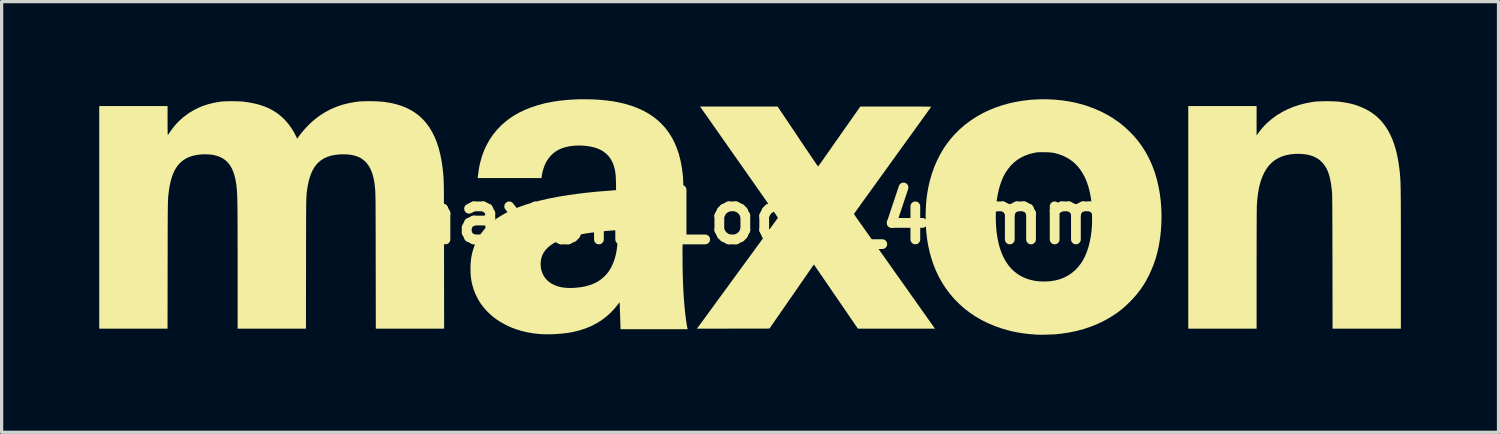
<source format=kicad_pcb>
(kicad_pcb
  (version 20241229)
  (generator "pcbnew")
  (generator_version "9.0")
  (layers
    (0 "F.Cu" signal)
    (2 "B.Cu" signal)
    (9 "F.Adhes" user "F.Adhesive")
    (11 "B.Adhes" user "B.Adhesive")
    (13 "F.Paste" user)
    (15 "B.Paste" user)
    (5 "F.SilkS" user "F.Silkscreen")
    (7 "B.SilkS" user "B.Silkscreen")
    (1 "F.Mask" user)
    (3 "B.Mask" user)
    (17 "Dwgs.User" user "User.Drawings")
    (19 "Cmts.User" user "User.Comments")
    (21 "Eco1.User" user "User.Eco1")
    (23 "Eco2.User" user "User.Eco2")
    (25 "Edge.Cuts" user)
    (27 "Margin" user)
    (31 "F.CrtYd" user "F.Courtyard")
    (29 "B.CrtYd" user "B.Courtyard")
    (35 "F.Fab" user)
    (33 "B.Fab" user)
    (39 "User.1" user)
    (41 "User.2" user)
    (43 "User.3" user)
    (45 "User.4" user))
  (footprint "maxon_Logo_40mm"
    (layer "F.Cu")
    (at 20.002 3.619)
    (property "Reference" "maxon_Logo_40mm" (at 0 0 0) (layer "F.SilkS") (effects (font (size 1.524 1.524) (thickness 0.3))))
    (attr board_only exclude_from_pos_files exclude_from_bom)
    (fp_poly (pts (xy 17.771 -3.558) (xy 17.853 -3.557) (xy 17.931 -3.555) (xy 18.003 -3.551) (xy 18.065 -3.547) (xy 18.109 -3.543) (xy 18.184 -3.533) (xy 18.262 -3.521) (xy 18.339 -3.508) (xy 18.41 -3.494) (xy 18.471 -3.481) (xy 18.485 -3.477) (xy 18.599 -3.445) (xy 18.715 -3.404) (xy 18.829 -3.357) (xy 18.938 -3.305) (xy 19.037 -3.25) (xy 19.093 -3.215) (xy 19.212 -3.128) (xy 19.322 -3.03) (xy 19.423 -2.922) (xy 19.516 -2.803) (xy 19.6 -2.673) (xy 19.676 -2.532) (xy 19.744 -2.38) (xy 19.803 -2.216) (xy 19.855 -2.04) (xy 19.898 -1.852) (xy 19.934 -1.651) (xy 19.962 -1.438) (xy 19.976 -1.299) (xy 19.978 -1.268) (xy 19.981 -1.237) (xy 19.983 -1.205) (xy 19.985 -1.172) (xy 19.987 -1.137) (xy 19.989 -1.1) (xy 19.99 -1.061) (xy 19.992 -1.017) (xy 19.993 -0.97) (xy 19.994 -0.918) (xy 19.996 -0.861) (xy 19.997 -0.798) (xy 19.997 -0.729) (xy 19.998 -0.653) (xy 19.999 -0.569) (xy 20 -0.478) (xy 20 -0.378) (xy 20.001 -0.269) (xy 20.001 -0.15) (xy 20.001 -0.021) (xy 20.002 0.119) (xy 20.002 0.271) (xy 20.002 0.434) (xy 20.002 0.61) (xy 20.002 0.799) (xy 20.002 1.002) (xy 20.002 1.219) (xy 20.002 1.316) (xy 20.002 3.433) (xy 17.903 3.433) (xy 17.9 1.398) (xy 17.899 1.166) (xy 17.899 0.948) (xy 17.898 0.744) (xy 17.898 0.555) (xy 17.898 0.38) (xy 17.897 0.218) (xy 17.896 0.07) (xy 17.896 -0.064) (xy 17.895 -0.186) (xy 17.895 -0.295) (xy 17.894 -0.391) (xy 17.893 -0.476) (xy 17.892 -0.548) (xy 17.892 -0.608) (xy 17.891 -0.657) (xy 17.89 -0.695) (xy 17.889 -0.722) (xy 17.888 -0.738) (xy 17.874 -0.883) (xy 17.856 -1.015) (xy 17.835 -1.133) (xy 17.811 -1.241) (xy 17.782 -1.337) (xy 17.749 -1.424) (xy 17.711 -1.502) (xy 17.667 -1.573) (xy 17.619 -1.637) (xy 17.579 -1.681) (xy 17.524 -1.734) (xy 17.47 -1.777) (xy 17.411 -1.813) (xy 17.36 -1.84) (xy 17.279 -1.874) (xy 17.194 -1.901) (xy 17.103 -1.92) (xy 17.003 -1.933) (xy 16.901 -1.94) (xy 16.755 -1.94) (xy 16.618 -1.927) (xy 16.488 -1.903) (xy 16.367 -1.868) (xy 16.255 -1.82) (xy 16.151 -1.762) (xy 16.057 -1.692) (xy 15.973 -1.611) (xy 15.926 -1.555) (xy 15.86 -1.462) (xy 15.802 -1.362) (xy 15.751 -1.254) (xy 15.706 -1.136) (xy 15.669 -1.009) (xy 15.637 -0.871) (xy 15.611 -0.722) (xy 15.592 -0.56) (xy 15.578 -0.385) (xy 15.576 -0.354) (xy 15.575 -0.332) (xy 15.574 -0.295) (xy 15.574 -0.245) (xy 15.573 -0.181) (xy 15.572 -0.103) (xy 15.572 -0.013) (xy 15.571 0.09) (xy 15.571 0.204) (xy 15.57 0.33) (xy 15.57 0.466) (xy 15.569 0.613) (xy 15.569 0.77) (xy 15.569 0.936) (xy 15.569 1.112) (xy 15.568 1.296) (xy 15.568 1.488) (xy 15.568 1.605) (xy 15.568 3.433) (xy 13.468 3.433) (xy 13.468 -3.41) (xy 15.568 -3.41) (xy 15.568 -2.504) (xy 15.613 -2.569) (xy 15.7 -2.685) (xy 15.8 -2.799) (xy 15.911 -2.908) (xy 16.032 -3.011) (xy 16.16 -3.106) (xy 16.204 -3.136) (xy 16.367 -3.233) (xy 16.535 -3.318) (xy 16.711 -3.39) (xy 16.895 -3.45) (xy 17.087 -3.498) (xy 17.287 -3.535) (xy 17.349 -3.543) (xy 17.397 -3.548) (xy 17.458 -3.552) (xy 17.529 -3.555) (xy 17.606 -3.557) (xy 17.688 -3.558)) (stroke (width 0) (type solid)) (fill yes) (layer "F.SilkS"))
    (fp_poly (pts (xy 9.352 -3.607) (xy 9.592 -3.584) (xy 9.827 -3.548) (xy 10.057 -3.499) (xy 10.281 -3.437) (xy 10.356 -3.414) (xy 10.572 -3.335) (xy 10.778 -3.245) (xy 10.975 -3.144) (xy 11.162 -3.031) (xy 11.339 -2.908) (xy 11.506 -2.774) (xy 11.645 -2.646) (xy 11.788 -2.499) (xy 11.917 -2.347) (xy 12.034 -2.189) (xy 12.141 -2.024) (xy 12.237 -1.85) (xy 12.325 -1.665) (xy 12.379 -1.535) (xy 12.448 -1.342) (xy 12.507 -1.139) (xy 12.556 -0.928) (xy 12.595 -0.709) (xy 12.623 -0.485) (xy 12.64 -0.257) (xy 12.646 -0.025) (xy 12.641 0.201) (xy 12.626 0.433) (xy 12.601 0.654) (xy 12.567 0.865) (xy 12.523 1.068) (xy 12.47 1.264) (xy 12.405 1.454) (xy 12.33 1.64) (xy 12.248 1.815) (xy 12.166 1.97) (xy 12.078 2.114) (xy 11.984 2.25) (xy 11.881 2.382) (xy 11.766 2.512) (xy 11.669 2.613) (xy 11.538 2.738) (xy 11.406 2.851) (xy 11.271 2.953) (xy 11.129 3.048) (xy 10.978 3.137) (xy 10.874 3.193) (xy 10.674 3.289) (xy 10.469 3.372) (xy 10.259 3.442) (xy 10.041 3.501) (xy 9.816 3.548) (xy 9.583 3.584) (xy 9.41 3.603) (xy 9.37 3.606) (xy 9.318 3.609) (xy 9.259 3.611) (xy 9.194 3.613) (xy 9.126 3.615) (xy 9.059 3.617) (xy 8.994 3.618) (xy 8.934 3.618) (xy 8.883 3.618) (xy 8.843 3.617) (xy 8.827 3.617) (xy 8.681 3.606) (xy 8.547 3.594) (xy 8.422 3.58) (xy 8.303 3.562) (xy 8.187 3.542) (xy 8.072 3.518) (xy 7.981 3.496) (xy 7.756 3.434) (xy 7.54 3.359) (xy 7.332 3.273) (xy 7.133 3.176) (xy 6.943 3.067) (xy 6.763 2.947) (xy 6.593 2.817) (xy 6.433 2.676) (xy 6.283 2.525) (xy 6.145 2.365) (xy 6.017 2.194) (xy 5.901 2.015) (xy 5.796 1.826) (xy 5.703 1.629) (xy 5.623 1.423) (xy 5.575 1.276) (xy 5.521 1.083) (xy 5.477 0.888) (xy 5.443 0.69) (xy 5.419 0.487) (xy 5.403 0.275) (xy 5.397 0.062) (xy 7.552 0.062) (xy 7.559 0.246) (xy 7.575 0.442) (xy 7.601 0.628) (xy 7.636 0.801) (xy 7.68 0.963) (xy 7.734 1.114) (xy 7.796 1.252) (xy 7.868 1.379) (xy 7.948 1.494) (xy 8.038 1.597) (xy 8.137 1.689) (xy 8.244 1.768) (xy 8.361 1.835) (xy 8.486 1.89) (xy 8.621 1.933) (xy 8.654 1.941) (xy 8.781 1.966) (xy 8.916 1.98) (xy 9.056 1.983) (xy 9.198 1.976) (xy 9.245 1.971) (xy 9.388 1.948) (xy 9.523 1.912) (xy 9.651 1.862) (xy 9.772 1.8) (xy 9.884 1.725) (xy 9.988 1.638) (xy 10.083 1.539) (xy 10.169 1.427) (xy 10.228 1.335) (xy 10.293 1.211) (xy 10.35 1.075) (xy 10.399 0.927) (xy 10.44 0.769) (xy 10.472 0.6) (xy 10.496 0.42) (xy 10.511 0.232) (xy 10.517 0.035) (xy 10.517 -0.004) (xy 10.512 -0.212) (xy 10.498 -0.41) (xy 10.474 -0.596) (xy 10.441 -0.771) (xy 10.398 -0.935) (xy 10.346 -1.087) (xy 10.285 -1.229) (xy 10.214 -1.358) (xy 10.135 -1.476) (xy 10.046 -1.583) (xy 9.948 -1.677) (xy 9.841 -1.76) (xy 9.724 -1.831) (xy 9.599 -1.89) (xy 9.465 -1.937) (xy 9.459 -1.938) (xy 9.401 -1.954) (xy 9.347 -1.967) (xy 9.294 -1.976) (xy 9.239 -1.983) (xy 9.18 -1.988) (xy 9.112 -1.99) (xy 9.033 -1.991) (xy 9.015 -1.991) (xy 8.954 -1.991) (xy 8.906 -1.99) (xy 8.868 -1.989) (xy 8.836 -1.988) (xy 8.809 -1.985) (xy 8.784 -1.982) (xy 8.758 -1.977) (xy 8.728 -1.971) (xy 8.723 -1.97) (xy 8.58 -1.933) (xy 8.448 -1.885) (xy 8.325 -1.826) (xy 8.212 -1.755) (xy 8.108 -1.673) (xy 8.013 -1.578) (xy 7.926 -1.471) (xy 7.857 -1.37) (xy 7.792 -1.252) (xy 7.734 -1.121) (xy 7.684 -0.979) (xy 7.641 -0.826) (xy 7.607 -0.664) (xy 7.58 -0.494) (xy 7.562 -0.315) (xy 7.553 -0.129) (xy 7.552 0.062) (xy 5.397 0.062) (xy 5.397 0.054) (xy 5.397 -0.011) (xy 5.4 -0.206) (xy 5.409 -0.39) (xy 5.425 -0.565) (xy 5.448 -0.736) (xy 5.478 -0.905) (xy 5.516 -1.075) (xy 5.533 -1.141) (xy 5.593 -1.345) (xy 5.665 -1.545) (xy 5.75 -1.74) (xy 5.845 -1.927) (xy 5.95 -2.105) (xy 6.025 -2.217) (xy 6.154 -2.386) (xy 6.293 -2.546) (xy 6.444 -2.695) (xy 6.605 -2.834) (xy 6.776 -2.963) (xy 6.957 -3.081) (xy 7.147 -3.188) (xy 7.346 -3.283) (xy 7.553 -3.367) (xy 7.769 -3.44) (xy 7.992 -3.5) (xy 8.145 -3.534) (xy 8.383 -3.574) (xy 8.624 -3.602) (xy 8.867 -3.617) (xy 9.11 -3.618)) (stroke (width 0) (type solid)) (fill yes) (layer "F.SilkS"))
    (fp_poly (pts (xy 4.635 -3.395) (xy 4.775 -3.395) (xy 4.902 -3.395) (xy 5.015 -3.395) (xy 5.116 -3.395) (xy 5.204 -3.394) (xy 5.282 -3.394) (xy 5.348 -3.393) (xy 5.404 -3.393) (xy 5.451 -3.392) (xy 5.489 -3.391) (xy 5.519 -3.391) (xy 5.541 -3.39) (xy 5.555 -3.388) (xy 5.564 -3.387) (xy 5.566 -3.386) (xy 5.566 -3.386) (xy 5.561 -3.379) (xy 5.548 -3.36) (xy 5.527 -3.331) (xy 5.498 -3.29) (xy 5.461 -3.24) (xy 5.418 -3.179) (xy 5.368 -3.11) (xy 5.311 -3.032) (xy 5.249 -2.945) (xy 5.181 -2.851) (xy 5.108 -2.75) (xy 5.03 -2.642) (xy 4.948 -2.528) (xy 4.862 -2.408) (xy 4.771 -2.283) (xy 4.678 -2.154) (xy 4.581 -2.02) (xy 4.482 -1.883) (xy 4.381 -1.743) (xy 4.28 -1.602) (xy 4.181 -1.465) (xy 4.084 -1.331) (xy 3.991 -1.202) (xy 3.901 -1.077) (xy 3.814 -0.957) (xy 3.732 -0.843) (xy 3.654 -0.735) (xy 3.581 -0.634) (xy 3.513 -0.54) (xy 3.451 -0.454) (xy 3.395 -0.375) (xy 3.345 -0.306) (xy 3.301 -0.246) (xy 3.265 -0.195) (xy 3.236 -0.155) (xy 3.215 -0.125) (xy 3.201 -0.106) (xy 3.196 -0.1) (xy 3.199 -0.09) (xy 3.21 -0.069) (xy 3.229 -0.038) (xy 3.256 0.002) (xy 3.269 0.021) (xy 3.282 0.04) (xy 3.304 0.071) (xy 3.333 0.112) (xy 3.369 0.163) (xy 3.412 0.223) (xy 3.461 0.292) (xy 3.515 0.368) (xy 3.574 0.452) (xy 3.637 0.541) (xy 3.703 0.635) (xy 3.773 0.734) (xy 3.846 0.836) (xy 3.92 0.941) (xy 3.996 1.049) (xy 3.997 1.05) (xy 4.083 1.171) (xy 4.173 1.298) (xy 4.266 1.43) (xy 4.362 1.565) (xy 4.458 1.702) (xy 4.555 1.839) (xy 4.651 1.974) (xy 4.745 2.106) (xy 4.836 2.234) (xy 4.922 2.356) (xy 5.002 2.47) (xy 5.077 2.575) (xy 5.14 2.665) (xy 5.206 2.757) (xy 5.269 2.846) (xy 5.329 2.932) (xy 5.387 3.013) (xy 5.44 3.088) (xy 5.489 3.158) (xy 5.533 3.22) (xy 5.572 3.274) (xy 5.604 3.319) (xy 5.629 3.355) (xy 5.647 3.381) (xy 5.658 3.395) (xy 5.659 3.397) (xy 5.685 3.433) (xy 3.315 3.433) (xy 2.639 2.446) (xy 1.963 1.46) (xy 1.944 1.486) (xy 1.938 1.495) (xy 1.923 1.516) (xy 1.901 1.548) (xy 1.872 1.59) (xy 1.836 1.642) (xy 1.794 1.702) (xy 1.746 1.771) (xy 1.693 1.848) (xy 1.635 1.931) (xy 1.573 2.02) (xy 1.508 2.115) (xy 1.439 2.215) (xy 1.367 2.319) (xy 1.293 2.426) (xy 1.261 2.471) (xy 0.597 3.429) (xy -0.518 3.431) (xy -1.634 3.433) (xy -1.582 3.363) (xy -1.562 3.337) (xy -1.535 3.299) (xy -1.5 3.252) (xy -1.459 3.196) (xy -1.411 3.131) (xy -1.358 3.058) (xy -1.299 2.977) (xy -1.235 2.889) (xy -1.166 2.796) (xy -1.093 2.696) (xy -1.017 2.591) (xy -0.937 2.482) (xy -0.854 2.369) (xy -0.769 2.253) (xy -0.682 2.134) (xy -0.594 2.013) (xy -0.504 1.89) (xy -0.414 1.767) (xy -0.324 1.643) (xy -0.233 1.519) (xy -0.144 1.397) (xy -0.055 1.276) (xy 0.032 1.157) (xy 0.117 1.04) (xy 0.199 0.927) (xy 0.279 0.818) (xy 0.355 0.713) (xy 0.428 0.614) (xy 0.496 0.52) (xy 0.56 0.432) (xy 0.619 0.352) (xy 0.672 0.278) (xy 0.72 0.213) (xy 0.761 0.157) (xy 0.795 0.11) (xy 0.822 0.072) (xy 0.842 0.046) (xy 0.853 0.03) (xy 0.856 0.026) (xy 0.852 0.018) (xy 0.84 -0.001) (xy 0.822 -0.03) (xy 0.796 -0.068) (xy 0.765 -0.114) (xy 0.728 -0.168) (xy 0.687 -0.228) (xy 0.642 -0.293) (xy 0.594 -0.361) (xy 0.566 -0.4) (xy 0.543 -0.433) (xy 0.513 -0.477) (xy 0.475 -0.53) (xy 0.431 -0.593) (xy 0.38 -0.665) (xy 0.324 -0.745) (xy 0.263 -0.832) (xy 0.197 -0.925) (xy 0.128 -1.025) (xy 0.054 -1.13) (xy -0.023 -1.239) (xy -0.102 -1.352) (xy -0.183 -1.468) (xy -0.266 -1.586) (xy -0.351 -1.706) (xy -0.436 -1.827) (xy -0.521 -1.948) (xy -0.606 -2.069) (xy -0.69 -2.189) (xy -0.773 -2.307) (xy -0.854 -2.422) (xy -0.932 -2.534) (xy -1.008 -2.643) (xy -1.081 -2.746) (xy -1.15 -2.844) (xy -1.215 -2.937) (xy -1.275 -3.022) (xy -1.33 -3.1) (xy -1.379 -3.171) (xy -1.422 -3.232) (xy -1.458 -3.283) (xy -1.487 -3.325) (xy -1.509 -3.355) (xy -1.522 -3.374) (xy -1.522 -3.374) (xy -1.537 -3.395) (xy -0.345 -3.395) (xy 0.847 -3.395) (xy 1.465 -2.475) (xy 1.536 -2.368) (xy 1.605 -2.266) (xy 1.671 -2.167) (xy 1.735 -2.073) (xy 1.794 -1.985) (xy 1.85 -1.903) (xy 1.901 -1.828) (xy 1.946 -1.761) (xy 1.987 -1.702) (xy 2.021 -1.651) (xy 2.049 -1.611) (xy 2.07 -1.581) (xy 2.084 -1.562) (xy 2.089 -1.555) (xy 2.089 -1.555) (xy 2.095 -1.56) (xy 2.109 -1.577) (xy 2.129 -1.603) (xy 2.154 -1.638) (xy 2.183 -1.678) (xy 2.215 -1.723) (xy 2.229 -1.743) (xy 2.251 -1.774) (xy 2.28 -1.817) (xy 2.318 -1.869) (xy 2.361 -1.931) (xy 2.41 -2.001) (xy 2.465 -2.079) (xy 2.523 -2.162) (xy 2.585 -2.25) (xy 2.65 -2.343) (xy 2.717 -2.438) (xy 2.785 -2.536) (xy 2.854 -2.634) (xy 2.875 -2.663) (xy 3.389 -3.395) (xy 4.48 -3.395)) (stroke (width 0) (type solid)) (fill yes) (layer "F.SilkS"))
    (fp_poly (pts (xy -4.811 -3.613) (xy -4.6 -3.6) (xy -4.396 -3.58) (xy -4.2 -3.553) (xy -4.037 -3.522) (xy -3.832 -3.474) (xy -3.638 -3.416) (xy -3.456 -3.347) (xy -3.286 -3.27) (xy -3.126 -3.182) (xy -2.978 -3.084) (xy -2.841 -2.976) (xy -2.715 -2.858) (xy -2.6 -2.73) (xy -2.496 -2.592) (xy -2.403 -2.443) (xy -2.321 -2.284) (xy -2.25 -2.115) (xy -2.189 -1.935) (xy -2.139 -1.744) (xy -2.1 -1.543) (xy -2.071 -1.331) (xy -2.066 -1.284) (xy -2.063 -1.243) (xy -2.06 -1.202) (xy -2.057 -1.158) (xy -2.055 -1.111) (xy -2.053 -1.06) (xy -2.052 -1.004) (xy -2.051 -0.942) (xy -2.05 -0.873) (xy -2.05 -0.796) (xy -2.051 -0.71) (xy -2.052 -0.615) (xy -2.053 -0.51) (xy -2.055 -0.392) (xy -2.057 -0.263) (xy -2.06 -0.12) (xy -2.063 0.03) (xy -2.067 0.269) (xy -2.071 0.493) (xy -2.073 0.705) (xy -2.075 0.905) (xy -2.076 1.094) (xy -2.075 1.272) (xy -2.074 1.442) (xy -2.072 1.604) (xy -2.069 1.759) (xy -2.064 1.908) (xy -2.059 2.052) (xy -2.053 2.192) (xy -2.045 2.329) (xy -2.037 2.464) (xy -2.027 2.599) (xy -2.021 2.672) (xy -2.014 2.755) (xy -2.005 2.841) (xy -1.996 2.929) (xy -1.986 3.016) (xy -1.975 3.101) (xy -1.965 3.181) (xy -1.954 3.255) (xy -1.944 3.321) (xy -1.934 3.376) (xy -1.925 3.419) (xy -1.923 3.427) (xy -1.918 3.448) (xy -3.982 3.448) (xy -3.982 3.398) (xy -3.983 3.381) (xy -3.983 3.352) (xy -3.985 3.311) (xy -3.986 3.261) (xy -3.988 3.204) (xy -3.99 3.141) (xy -3.992 3.075) (xy -3.994 3.008) (xy -3.996 2.94) (xy -3.999 2.875) (xy -4.001 2.815) (xy -4.003 2.76) (xy -4.004 2.714) (xy -4.006 2.678) (xy -4.007 2.654) (xy -4.007 2.65) (xy -4.009 2.617) (xy -4.053 2.677) (xy -4.168 2.819) (xy -4.292 2.949) (xy -4.425 3.067) (xy -4.566 3.174) (xy -4.717 3.268) (xy -4.876 3.35) (xy -5.045 3.421) (xy -5.224 3.48) (xy -5.411 3.527) (xy -5.544 3.553) (xy -5.67 3.571) (xy -5.804 3.586) (xy -5.944 3.596) (xy -6.084 3.603) (xy -6.222 3.605) (xy -6.353 3.603) (xy -6.455 3.598) (xy -6.651 3.577) (xy -6.841 3.545) (xy -7.023 3.502) (xy -7.198 3.448) (xy -7.365 3.384) (xy -7.524 3.309) (xy -7.673 3.225) (xy -7.814 3.132) (xy -7.944 3.029) (xy -8.064 2.918) (xy -8.173 2.798) (xy -8.271 2.67) (xy -8.356 2.534) (xy -8.429 2.391) (xy -8.49 2.241) (xy -8.498 2.216) (xy -8.534 2.096) (xy -8.561 1.978) (xy -8.579 1.857) (xy -8.589 1.729) (xy -8.592 1.603) (xy -8.59 1.482) (xy -8.588 1.443) (xy -6.436 1.443) (xy -6.43 1.549) (xy -6.41 1.649) (xy -6.376 1.742) (xy -6.33 1.828) (xy -6.272 1.906) (xy -6.201 1.976) (xy -6.119 2.036) (xy -6.074 2.062) (xy -5.984 2.105) (xy -5.887 2.138) (xy -5.784 2.162) (xy -5.672 2.176) (xy -5.55 2.182) (xy -5.417 2.179) (xy -5.364 2.175) (xy -5.208 2.158) (xy -5.063 2.132) (xy -4.929 2.095) (xy -4.806 2.048) (xy -4.693 1.991) (xy -4.589 1.923) (xy -4.495 1.845) (xy -4.468 1.818) (xy -4.397 1.742) (xy -4.337 1.662) (xy -4.283 1.576) (xy -4.25 1.512) (xy -4.199 1.396) (xy -4.156 1.273) (xy -4.122 1.141) (xy -4.096 1) (xy -4.078 0.848) (xy -4.068 0.685) (xy -4.065 0.544) (xy -4.065 0.398) (xy -4.09 0.402) (xy -4.106 0.404) (xy -4.134 0.407) (xy -4.17 0.41) (xy -4.21 0.413) (xy -4.227 0.414) (xy -4.393 0.427) (xy -4.559 0.443) (xy -4.724 0.462) (xy -4.884 0.483) (xy -5.038 0.505) (xy -5.182 0.53) (xy -5.314 0.555) (xy -5.34 0.561) (xy -5.507 0.601) (xy -5.66 0.645) (xy -5.799 0.694) (xy -5.924 0.748) (xy -6.035 0.806) (xy -6.132 0.87) (xy -6.215 0.939) (xy -6.285 1.012) (xy -6.342 1.092) (xy -6.385 1.176) (xy -6.415 1.266) (xy -6.432 1.361) (xy -6.436 1.443) (xy -8.588 1.443) (xy -8.583 1.372) (xy -8.571 1.268) (xy -8.553 1.166) (xy -8.528 1.063) (xy -8.521 1.035) (xy -8.473 0.889) (xy -8.412 0.75) (xy -8.34 0.616) (xy -8.254 0.49) (xy -8.157 0.369) (xy -8.046 0.255) (xy -7.922 0.147) (xy -7.785 0.045) (xy -7.635 -0.051) (xy -7.472 -0.141) (xy -7.296 -0.225) (xy -7.106 -0.304) (xy -6.902 -0.377) (xy -6.685 -0.444) (xy -6.454 -0.505) (xy -6.209 -0.562) (xy -6.123 -0.579) (xy -5.855 -0.63) (xy -5.575 -0.675) (xy -5.284 -0.715) (xy -4.981 -0.751) (xy -4.665 -0.782) (xy -4.363 -0.806) (xy -4.305 -0.81) (xy -4.253 -0.814) (xy -4.207 -0.818) (xy -4.17 -0.821) (xy -4.143 -0.823) (xy -4.128 -0.825) (xy -4.126 -0.825) (xy -4.123 -0.828) (xy -4.121 -0.836) (xy -4.119 -0.85) (xy -4.118 -0.872) (xy -4.118 -0.904) (xy -4.118 -0.947) (xy -4.119 -1.002) (xy -4.12 -1.045) (xy -4.123 -1.137) (xy -4.126 -1.216) (xy -4.131 -1.285) (xy -4.137 -1.346) (xy -4.145 -1.4) (xy -4.154 -1.451) (xy -4.159 -1.472) (xy -4.192 -1.589) (xy -4.235 -1.696) (xy -4.288 -1.791) (xy -4.352 -1.876) (xy -4.426 -1.95) (xy -4.511 -2.015) (xy -4.603 -2.068) (xy -4.696 -2.108) (xy -4.8 -2.141) (xy -4.913 -2.166) (xy -5.031 -2.184) (xy -5.154 -2.194) (xy -5.278 -2.197) (xy -5.401 -2.191) (xy -5.521 -2.178) (xy -5.635 -2.156) (xy -5.741 -2.127) (xy -5.742 -2.127) (xy -5.853 -2.082) (xy -5.956 -2.026) (xy -6.048 -1.958) (xy -6.131 -1.879) (xy -6.203 -1.789) (xy -6.266 -1.689) (xy -6.318 -1.578) (xy -6.359 -1.456) (xy -6.379 -1.377) (xy -6.387 -1.337) (xy -6.395 -1.297) (xy -6.401 -1.263) (xy -6.403 -1.244) (xy -6.408 -1.197) (xy -8.371 -1.197) (xy -8.367 -1.229) (xy -8.357 -1.315) (xy -8.347 -1.388) (xy -8.338 -1.452) (xy -8.328 -1.51) (xy -8.318 -1.565) (xy -8.306 -1.619) (xy -8.293 -1.676) (xy -8.287 -1.698) (xy -8.234 -1.882) (xy -8.168 -2.058) (xy -8.089 -2.226) (xy -7.998 -2.385) (xy -7.895 -2.536) (xy -7.78 -2.677) (xy -7.653 -2.81) (xy -7.514 -2.933) (xy -7.37 -3.043) (xy -7.23 -3.133) (xy -7.077 -3.218) (xy -6.912 -3.295) (xy -6.738 -3.365) (xy -6.554 -3.426) (xy -6.363 -3.48) (xy -6.26 -3.504) (xy -6.073 -3.541) (xy -5.875 -3.571) (xy -5.669 -3.594) (xy -5.457 -3.609) (xy -5.242 -3.618) (xy -5.026 -3.619)) (stroke (width 0) (type solid)) (fill yes) (layer "F.SilkS"))
    (fp_poly (pts (xy -11.57 -3.558) (xy -11.46 -3.554) (xy -11.356 -3.547) (xy -11.259 -3.538) (xy -11.224 -3.534) (xy -11.044 -3.505) (xy -10.873 -3.465) (xy -10.713 -3.415) (xy -10.562 -3.354) (xy -10.421 -3.283) (xy -10.29 -3.201) (xy -10.168 -3.107) (xy -10.056 -3.003) (xy -9.953 -2.887) (xy -9.859 -2.759) (xy -9.775 -2.62) (xy -9.699 -2.47) (xy -9.632 -2.307) (xy -9.575 -2.133) (xy -9.525 -1.946) (xy -9.485 -1.748) (xy -9.452 -1.536) (xy -9.437 -1.4) (xy -9.434 -1.373) (xy -9.431 -1.347) (xy -9.429 -1.321) (xy -9.427 -1.296) (xy -9.425 -1.271) (xy -9.423 -1.244) (xy -9.421 -1.216) (xy -9.419 -1.186) (xy -9.418 -1.154) (xy -9.416 -1.118) (xy -9.415 -1.079) (xy -9.414 -1.035) (xy -9.413 -0.986) (xy -9.412 -0.932) (xy -9.411 -0.873) (xy -9.41 -0.806) (xy -9.41 -0.733) (xy -9.409 -0.651) (xy -9.409 -0.562) (xy -9.408 -0.464) (xy -9.408 -0.356) (xy -9.407 -0.239) (xy -9.407 -0.111) (xy -9.407 0.027) (xy -9.406 0.178) (xy -9.406 0.34) (xy -9.406 0.515) (xy -9.406 0.703) (xy -9.405 0.906) (xy -9.405 1.122) (xy -9.405 1.18) (xy -9.402 3.433) (xy -11.502 3.433) (xy -11.505 1.361) (xy -11.506 1.149) (xy -11.506 0.952) (xy -11.506 0.769) (xy -11.506 0.599) (xy -11.507 0.442) (xy -11.507 0.297) (xy -11.507 0.164) (xy -11.508 0.041) (xy -11.508 -0.07) (xy -11.509 -0.172) (xy -11.509 -0.265) (xy -11.51 -0.349) (xy -11.51 -0.424) (xy -11.511 -0.493) (xy -11.512 -0.554) (xy -11.513 -0.608) (xy -11.514 -0.657) (xy -11.515 -0.701) (xy -11.516 -0.739) (xy -11.518 -0.774) (xy -11.519 -0.805) (xy -11.521 -0.833) (xy -11.523 -0.859) (xy -11.525 -0.883) (xy -11.527 -0.905) (xy -11.529 -0.927) (xy -11.532 -0.949) (xy -11.534 -0.971) (xy -11.537 -0.994) (xy -11.559 -1.133) (xy -11.587 -1.259) (xy -11.622 -1.373) (xy -11.665 -1.475) (xy -11.715 -1.565) (xy -11.773 -1.645) (xy -11.81 -1.688) (xy -11.853 -1.728) (xy -11.904 -1.768) (xy -11.955 -1.804) (xy -11.997 -1.828) (xy -12.083 -1.864) (xy -12.18 -1.893) (xy -12.286 -1.913) (xy -12.4 -1.924) (xy -12.49 -1.927) (xy -12.633 -1.922) (xy -12.764 -1.907) (xy -12.885 -1.882) (xy -12.996 -1.846) (xy -13.096 -1.8) (xy -13.187 -1.743) (xy -13.269 -1.675) (xy -13.341 -1.596) (xy -13.388 -1.532) (xy -13.44 -1.443) (xy -13.487 -1.341) (xy -13.528 -1.227) (xy -13.564 -1.101) (xy -13.592 -0.965) (xy -13.607 -0.877) (xy -13.611 -0.851) (xy -13.614 -0.827) (xy -13.617 -0.805) (xy -13.62 -0.783) (xy -13.623 -0.762) (xy -13.626 -0.74) (xy -13.628 -0.716) (xy -13.63 -0.692) (xy -13.632 -0.664) (xy -13.634 -0.635) (xy -13.635 -0.601) (xy -13.637 -0.564) (xy -13.638 -0.522) (xy -13.639 -0.475) (xy -13.64 -0.422) (xy -13.641 -0.363) (xy -13.642 -0.297) (xy -13.642 -0.223) (xy -13.643 -0.142) (xy -13.644 -0.051) (xy -13.644 0.048) (xy -13.644 0.158) (xy -13.645 0.278) (xy -13.645 0.408) (xy -13.645 0.551) (xy -13.646 0.706) (xy -13.646 0.873) (xy -13.646 1.054) (xy -13.646 1.249) (xy -13.646 1.436) (xy -13.649 3.433) (xy -15.749 3.433) (xy -15.749 1.613) (xy -15.749 1.389) (xy -15.749 1.18) (xy -15.749 0.985) (xy -15.75 0.803) (xy -15.75 0.634) (xy -15.75 0.477) (xy -15.751 0.332) (xy -15.751 0.198) (xy -15.752 0.075) (xy -15.752 -0.038) (xy -15.753 -0.141) (xy -15.754 -0.236) (xy -15.755 -0.322) (xy -15.756 -0.4) (xy -15.758 -0.471) (xy -15.759 -0.535) (xy -15.76 -0.593) (xy -15.762 -0.645) (xy -15.764 -0.692) (xy -15.766 -0.734) (xy -15.768 -0.772) (xy -15.77 -0.807) (xy -15.773 -0.839) (xy -15.775 -0.868) (xy -15.775 -0.87) (xy -15.793 -1.021) (xy -15.817 -1.159) (xy -15.848 -1.284) (xy -15.885 -1.396) (xy -15.929 -1.497) (xy -15.981 -1.586) (xy -16.04 -1.663) (xy -16.107 -1.73) (xy -16.183 -1.787) (xy -16.267 -1.834) (xy -16.36 -1.872) (xy -16.463 -1.9) (xy -16.502 -1.909) (xy -16.546 -1.915) (xy -16.602 -1.92) (xy -16.665 -1.924) (xy -16.731 -1.926) (xy -16.796 -1.926) (xy -16.858 -1.924) (xy -16.904 -1.92) (xy -17.03 -1.903) (xy -17.147 -1.875) (xy -17.254 -1.838) (xy -17.351 -1.789) (xy -17.44 -1.73) (xy -17.52 -1.661) (xy -17.592 -1.579) (xy -17.655 -1.486) (xy -17.71 -1.381) (xy -17.758 -1.264) (xy -17.798 -1.134) (xy -17.831 -0.992) (xy -17.857 -0.836) (xy -17.864 -0.787) (xy -17.867 -0.759) (xy -17.87 -0.734) (xy -17.873 -0.709) (xy -17.876 -0.684) (xy -17.879 -0.66) (xy -17.881 -0.634) (xy -17.883 -0.607) (xy -17.885 -0.578) (xy -17.887 -0.546) (xy -17.888 -0.511) (xy -17.89 -0.472) (xy -17.891 -0.429) (xy -17.892 -0.381) (xy -17.893 -0.327) (xy -17.894 -0.266) (xy -17.895 -0.199) (xy -17.896 -0.124) (xy -17.896 -0.042) (xy -17.897 0.05) (xy -17.897 0.15) (xy -17.898 0.261) (xy -17.898 0.382) (xy -17.898 0.514) (xy -17.899 0.658) (xy -17.899 0.814) (xy -17.899 0.983) (xy -17.899 1.166) (xy -17.9 1.362) (xy -17.9 1.489) (xy -17.903 3.433) (xy -20.002 3.433) (xy -20.002 -3.41) (xy -17.902 -3.41) (xy -17.902 -2.957) (xy -17.901 -2.859) (xy -17.901 -2.776) (xy -17.901 -2.706) (xy -17.9 -2.649) (xy -17.899 -2.603) (xy -17.898 -2.567) (xy -17.897 -2.542) (xy -17.896 -2.526) (xy -17.894 -2.518) (xy -17.892 -2.517) (xy -17.892 -2.517) (xy -17.806 -2.645) (xy -17.72 -2.76) (xy -17.632 -2.864) (xy -17.54 -2.958) (xy -17.443 -3.046) (xy -17.409 -3.074) (xy -17.27 -3.177) (xy -17.127 -3.267) (xy -16.978 -3.345) (xy -16.822 -3.411) (xy -16.658 -3.465) (xy -16.485 -3.508) (xy -16.301 -3.541) (xy -16.287 -3.543) (xy -16.242 -3.548) (xy -16.184 -3.552) (xy -16.117 -3.555) (xy -16.042 -3.557) (xy -15.963 -3.558) (xy -15.883 -3.558) (xy -15.803 -3.557) (xy -15.727 -3.555) (xy -15.658 -3.552) (xy -15.597 -3.548) (xy -15.553 -3.543) (xy -15.377 -3.517) (xy -15.214 -3.484) (xy -15.062 -3.444) (xy -14.92 -3.395) (xy -14.788 -3.339) (xy -14.665 -3.274) (xy -14.548 -3.2) (xy -14.534 -3.19) (xy -14.414 -3.096) (xy -14.301 -2.989) (xy -14.197 -2.871) (xy -14.102 -2.742) (xy -14.017 -2.605) (xy -13.946 -2.465) (xy -13.918 -2.405) (xy -13.906 -2.424) (xy -13.836 -2.521) (xy -13.756 -2.621) (xy -13.668 -2.722) (xy -13.576 -2.819) (xy -13.482 -2.91) (xy -13.39 -2.991) (xy -13.367 -3.01) (xy -13.214 -3.124) (xy -13.054 -3.225) (xy -12.888 -3.312) (xy -12.715 -3.386) (xy -12.535 -3.448) (xy -12.347 -3.496) (xy -12.151 -3.532) (xy -12.075 -3.542) (xy -11.991 -3.551) (xy -11.895 -3.556) (xy -11.79 -3.559) (xy -11.681 -3.56)) (stroke (width 0) (type solid)) (fill yes) (layer "F.SilkS")))
  (gr_rect
    (start -3 -3)
    (end 43.005 10.237)
    (stroke (width 0.1) (type default))
    (fill no)
    (layer "Edge.Cuts")))
</source>
